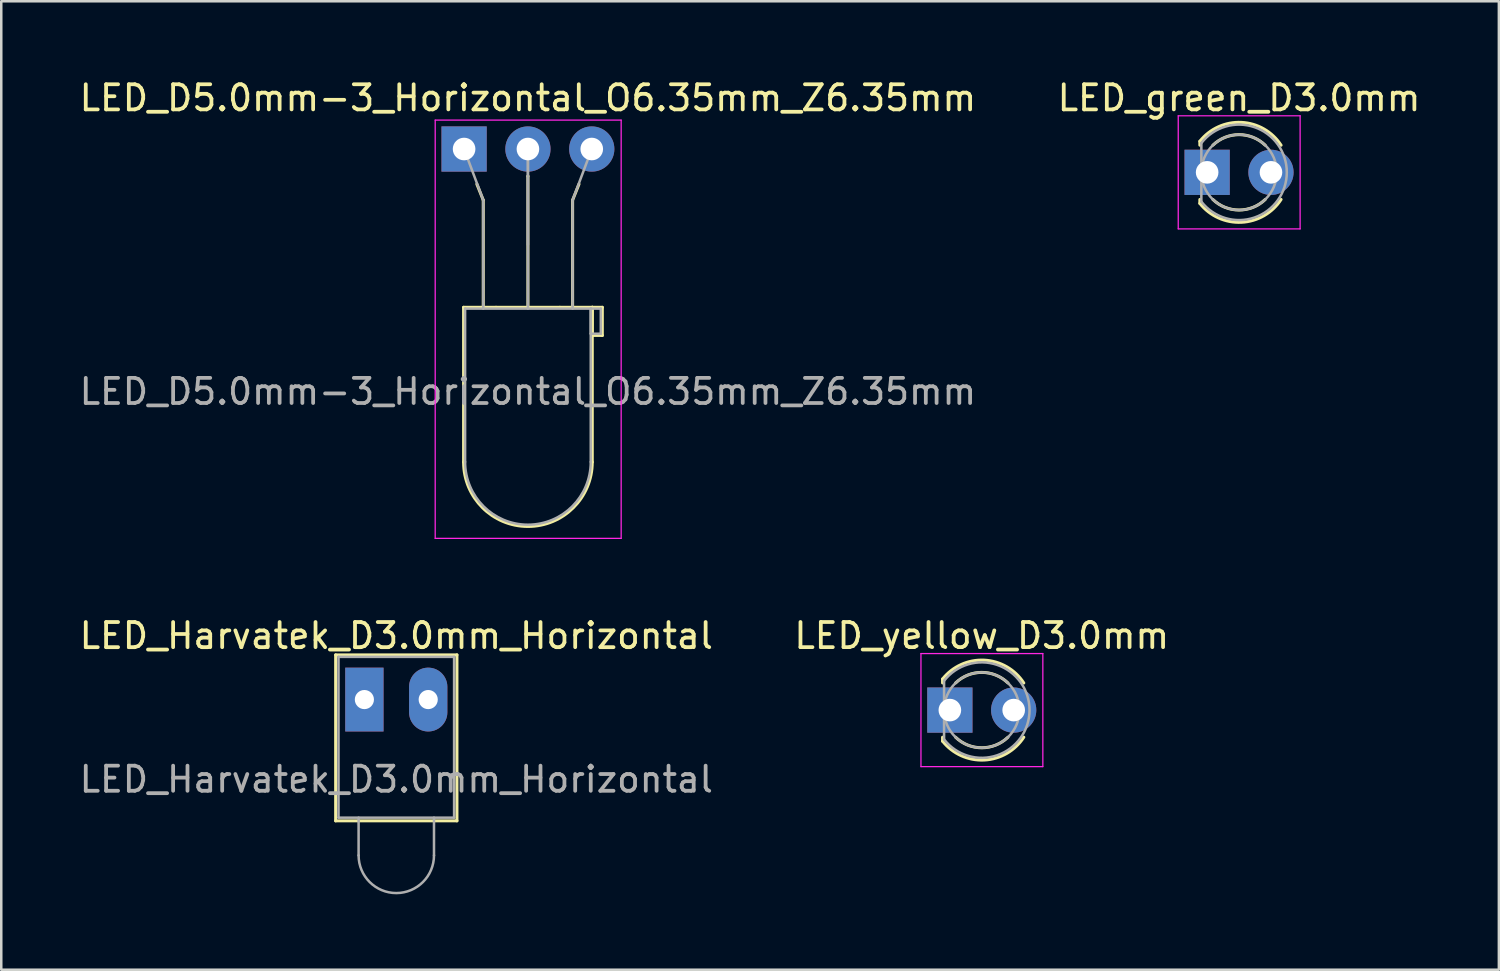
<source format=kicad_pcb>
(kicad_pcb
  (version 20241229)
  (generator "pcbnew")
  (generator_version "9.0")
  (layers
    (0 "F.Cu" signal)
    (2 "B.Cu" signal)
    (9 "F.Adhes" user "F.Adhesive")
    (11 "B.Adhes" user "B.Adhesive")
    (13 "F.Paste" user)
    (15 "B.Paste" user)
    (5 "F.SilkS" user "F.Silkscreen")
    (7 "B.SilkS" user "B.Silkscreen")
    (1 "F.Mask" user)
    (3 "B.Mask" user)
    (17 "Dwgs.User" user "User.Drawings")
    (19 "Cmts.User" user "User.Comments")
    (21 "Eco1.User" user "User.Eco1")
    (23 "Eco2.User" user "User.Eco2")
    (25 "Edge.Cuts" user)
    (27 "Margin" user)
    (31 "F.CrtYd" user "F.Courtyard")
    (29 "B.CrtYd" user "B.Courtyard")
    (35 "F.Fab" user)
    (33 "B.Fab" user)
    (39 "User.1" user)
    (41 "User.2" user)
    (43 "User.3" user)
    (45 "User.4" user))
  (footprint "LED_Harvatek_D3.0mm_Horizontal"
    (layer "F.Cu")
    (at 11.45 24.788)
    (property "Reference" "LED_Harvatek_D3.0mm_Horizontal" (at 1.27 -2.54 0) (unlocked yes) (layer "F.SilkS") (effects (font (size 1 1) (thickness 0.15))))
    (attr through_hole)
    (fp_line (start -1.143 -1.778) (end 3.683 -1.778) (stroke (width 0.12) (type solid)) (layer "F.SilkS"))
    (fp_line (start -1.143 4.826) (end -1.143 -1.778) (stroke (width 0.12) (type solid)) (layer "F.SilkS"))
    (fp_line (start 3.683 -1.778) (end 3.683 4.826) (stroke (width 0.12) (type solid)) (layer "F.SilkS"))
    (fp_line (start 3.683 4.826) (end -1.143 4.826) (stroke (width 0.12) (type solid)) (layer "F.SilkS"))
    (fp_line (start -1.03 -1.7) (end 3.57 -1.7) (stroke (width 0.1) (type solid)) (layer "F.Fab"))
    (fp_line (start -1.03 4.7) (end -1.03 -1.7) (stroke (width 0.1) (type solid)) (layer "F.Fab"))
    (fp_line (start -0.23 4.7) (end -0.23 6.2) (stroke (width 0.1) (type solid)) (layer "F.Fab"))
    (fp_line (start 2.77 4.7) (end 2.77 6.2) (stroke (width 0.1) (type solid)) (layer "F.Fab"))
    (fp_line (start 3.57 -1.7) (end 3.57 4.7) (stroke (width 0.1) (type solid)) (layer "F.Fab"))
    (fp_line (start 3.57 4.7) (end -1.03 4.7) (stroke (width 0.1) (type solid)) (layer "F.Fab"))
    (fp_arc (start 2.77 6.2) (mid 1.27 7.7) (end -0.23 6.2) (stroke (width 0.1) (type solid)) (layer "F.Fab"))
    (fp_text user "${REFERENCE}" (at 1.27 3.175 0) (layer "F.Fab") (effects (font (size 1 1) (thickness 0.15))))
    (pad "1" thru_hole rect (at 0 0) (size 1.524 2.54) (drill 0.762) (layers "*.Cu" "*.Mask"))
    (pad "2" thru_hole oval (at 2.54 0) (size 1.524 2.54) (drill 0.762) (layers "*.Cu" "*.Mask")))
  (footprint "LED_green_D3.0mm"
    (layer "F.Cu")
    (at 44.986 3.808)
    (property "Reference" "LED_green_D3.0mm" (at 1.27 -2.96 0) (layer "F.SilkS") (effects (font (size 1 1) (thickness 0.15))))
    (attr through_hole)
    (fp_line (start -0.29 -1.236) (end -0.29 -1.08) (stroke (width 0.12) (type solid)) (layer "F.SilkS"))
    (fp_line (start -0.29 1.08) (end -0.29 1.236) (stroke (width 0.12) (type solid)) (layer "F.SilkS"))
    (fp_arc (start -0.29 -1.235516) (mid 1.366487 -1.987659) (end 2.942335 -1.078608) (stroke (width 0.12) (type solid)) (layer "F.SilkS"))
    (fp_arc (start 0.229039 -1.08) (mid 1.270117 -1.5) (end 2.31113 -1.079837) (stroke (width 0.12) (type solid)) (layer "F.SilkS"))
    (fp_arc (start 2.31113 1.079837) (mid 1.270117 1.5) (end 0.229039 1.08) (stroke (width 0.12) (type solid)) (layer "F.SilkS"))
    (fp_arc (start 2.942335 1.078608) (mid 1.366487 1.987659) (end -0.29 1.235516) (stroke (width 0.12) (type solid)) (layer "F.SilkS"))
    (fp_line (start -1.15 -2.25) (end -1.15 2.25) (stroke (width 0.05) (type solid)) (layer "F.CrtYd"))
    (fp_line (start -1.15 2.25) (end 3.7 2.25) (stroke (width 0.05) (type solid)) (layer "F.CrtYd"))
    (fp_line (start 3.7 -2.25) (end -1.15 -2.25) (stroke (width 0.05) (type solid)) (layer "F.CrtYd"))
    (fp_line (start 3.7 2.25) (end 3.7 -2.25) (stroke (width 0.05) (type solid)) (layer "F.CrtYd"))
    (fp_line (start -0.23 -1.166) (end -0.23 1.166) (stroke (width 0.1) (type solid)) (layer "F.Fab"))
    (fp_arc (start -0.23 -1.16619) (mid 3.17 0.000452) (end -0.230555 1.165476) (stroke (width 0.1) (type solid)) (layer "F.Fab"))
    (fp_circle (center 1.27 0) (end 2.77 0) (stroke (width 0.1) (type solid)) (fill no) (layer "F.Fab"))
    (pad "1" thru_hole rect (at 0 0) (size 1.8 1.8) (drill 0.9) (layers "*.Cu" "*.Mask"))
    (pad "2" thru_hole circle (at 2.54 0) (size 1.8 1.8) (drill 0.9) (layers "*.Cu" "*.Mask")))
  (footprint "LED_yellow_D3.0mm"
    (layer "F.Cu")
    (at 34.748 25.207)
    (property "Reference" "LED_yellow_D3.0mm" (at 1.27 -2.96 0) (layer "F.SilkS") (effects (font (size 1 1) (thickness 0.15))))
    (attr through_hole)
    (fp_line (start -0.29 -1.236) (end -0.29 -1.08) (stroke (width 0.12) (type solid)) (layer "F.SilkS"))
    (fp_line (start -0.29 1.08) (end -0.29 1.236) (stroke (width 0.12) (type solid)) (layer "F.SilkS"))
    (fp_arc (start -0.29 -1.235516) (mid 1.366487 -1.987659) (end 2.942335 -1.078608) (stroke (width 0.12) (type solid)) (layer "F.SilkS"))
    (fp_arc (start 0.229039 -1.08) (mid 1.270117 -1.5) (end 2.31113 -1.079837) (stroke (width 0.12) (type solid)) (layer "F.SilkS"))
    (fp_arc (start 2.31113 1.079837) (mid 1.270117 1.5) (end 0.229039 1.08) (stroke (width 0.12) (type solid)) (layer "F.SilkS"))
    (fp_arc (start 2.942335 1.078608) (mid 1.366487 1.987659) (end -0.29 1.235516) (stroke (width 0.12) (type solid)) (layer "F.SilkS"))
    (fp_line (start -1.15 -2.25) (end -1.15 2.25) (stroke (width 0.05) (type solid)) (layer "F.CrtYd"))
    (fp_line (start -1.15 2.25) (end 3.7 2.25) (stroke (width 0.05) (type solid)) (layer "F.CrtYd"))
    (fp_line (start 3.7 -2.25) (end -1.15 -2.25) (stroke (width 0.05) (type solid)) (layer "F.CrtYd"))
    (fp_line (start 3.7 2.25) (end 3.7 -2.25) (stroke (width 0.05) (type solid)) (layer "F.CrtYd"))
    (fp_line (start -0.23 -1.166) (end -0.23 1.166) (stroke (width 0.1) (type solid)) (layer "F.Fab"))
    (fp_arc (start -0.23 -1.16619) (mid 3.17 0.000452) (end -0.230555 1.165476) (stroke (width 0.1) (type solid)) (layer "F.Fab"))
    (fp_circle (center 1.27 0) (end 2.77 0) (stroke (width 0.1) (type solid)) (fill no) (layer "F.Fab"))
    (pad "1" thru_hole rect (at 0 0) (size 1.8 1.8) (drill 0.9) (layers "*.Cu" "*.Mask"))
    (pad "2" thru_hole circle (at 2.54 0) (size 1.8 1.8) (drill 0.9) (layers "*.Cu" "*.Mask")))
  (footprint "LED_D5.0mm-3_Horizontal_O6.35mm_Z6.35mm"
    (layer "F.Cu")
    (at 15.418 2.88)
    (property "Reference" "LED_D5.0mm-3_Horizontal_O6.35mm_Z6.35mm" (at 2.54 -2.032 0) (layer "F.SilkS") (effects (font (size 1 1) (thickness 0.15))))
    (attr through_hole)
    (fp_line (start -0.02 6.299) (end -0.02 12.459) (stroke (width 0.12) (type solid)) (layer "F.SilkS"))
    (fp_line (start -0.02 6.299) (end 5.1 6.299) (stroke (width 0.12) (type solid)) (layer "F.SilkS"))
    (fp_line (start 0.762 2.032) (end 0.508 1.397) (stroke (width 0.12) (type solid)) (layer "F.SilkS"))
    (fp_line (start 0.762 2.032) (end 0.762 6.299) (stroke (width 0.12) (type solid)) (layer "F.SilkS"))
    (fp_line (start 1.27 6.299) (end 1.27 6.299) (stroke (width 0.12) (type solid)) (layer "F.SilkS"))
    (fp_line (start 2.54 1.08) (end 2.54 1.08) (stroke (width 0.12) (type solid)) (layer "F.SilkS"))
    (fp_line (start 2.54 1.08) (end 2.54 6.299) (stroke (width 0.12) (type solid)) (layer "F.SilkS"))
    (fp_line (start 3.81 6.299) (end 3.81 6.299) (stroke (width 0.12) (type solid)) (layer "F.SilkS"))
    (fp_line (start 4.318 2.032) (end 4.572 1.397) (stroke (width 0.12) (type solid)) (layer "F.SilkS"))
    (fp_line (start 4.318 6.299) (end 4.318 2.032) (stroke (width 0.12) (type solid)) (layer "F.SilkS"))
    (fp_line (start 5.1 6.299) (end 5.1 12.459) (stroke (width 0.12) (type solid)) (layer "F.SilkS"))
    (fp_line (start 5.1 6.299) (end 5.5 6.299) (stroke (width 0.12) (type solid)) (layer "F.SilkS"))
    (fp_line (start 5.1 7.419) (end 5.1 6.299) (stroke (width 0.12) (type solid)) (layer "F.SilkS"))
    (fp_line (start 5.5 6.299) (end 5.5 7.419) (stroke (width 0.12) (type solid)) (layer "F.SilkS"))
    (fp_line (start 5.5 7.419) (end 5.1 7.419) (stroke (width 0.12) (type solid)) (layer "F.SilkS"))
    (fp_arc (start 5.1 12.4592) (mid 2.54 15.0192) (end -0.02 12.4592) (stroke (width 0.12) (type solid)) (layer "F.SilkS"))
    (fp_line (start -1.15 -1.15) (end -1.15 15.494) (stroke (width 0.05) (type solid)) (layer "F.CrtYd"))
    (fp_line (start -1.15 15.494) (end 6.25 15.494) (stroke (width 0.05) (type solid)) (layer "F.CrtYd"))
    (fp_line (start 6.25 -1.15) (end -1.15 -1.15) (stroke (width 0.05) (type solid)) (layer "F.CrtYd"))
    (fp_line (start 6.25 15.494) (end 6.25 -1.15) (stroke (width 0.05) (type solid)) (layer "F.CrtYd"))
    (fp_line (start 0.04 6.35) (end 0.04 12.45) (stroke (width 0.1) (type solid)) (layer "F.Fab"))
    (fp_line (start 0.04 6.35) (end 5.04 6.35) (stroke (width 0.1) (type solid)) (layer "F.Fab"))
    (fp_line (start 0.762 2.032) (end 0 0) (stroke (width 0.1) (type solid)) (layer "F.Fab"))
    (fp_line (start 0.762 6.35) (end 0.762 2.032) (stroke (width 0.1) (type solid)) (layer "F.Fab"))
    (fp_line (start 2.54 0) (end 2.54 0) (stroke (width 0.1) (type solid)) (layer "F.Fab"))
    (fp_line (start 2.54 0) (end 2.54 6.35) (stroke (width 0.1) (type solid)) (layer "F.Fab"))
    (fp_line (start 2.54 3.81) (end 2.54 0) (stroke (width 0.1) (type solid)) (layer "F.Fab"))
    (fp_line (start 4.318 2.032) (end 4.318 6.35) (stroke (width 0.1) (type solid)) (layer "F.Fab"))
    (fp_line (start 4.318 2.032) (end 5.08 0) (stroke (width 0.1) (type solid)) (layer "F.Fab"))
    (fp_line (start 5.04 6.35) (end 5.04 12.45) (stroke (width 0.1) (type solid)) (layer "F.Fab"))
    (fp_line (start 5.04 6.35) (end 5.44 6.35) (stroke (width 0.1) (type solid)) (layer "F.Fab"))
    (fp_line (start 5.04 7.35) (end 5.04 6.35) (stroke (width 0.1) (type solid)) (layer "F.Fab"))
    (fp_line (start 5.08 0) (end 5.08 0) (stroke (width 0.1) (type solid)) (layer "F.Fab"))
    (fp_line (start 5.44 6.35) (end 5.44 7.35) (stroke (width 0.1) (type solid)) (layer "F.Fab"))
    (fp_line (start 5.44 7.35) (end 5.04 7.35) (stroke (width 0.1) (type solid)) (layer "F.Fab"))
    (fp_arc (start 5.04 12.45) (mid 2.54 14.95) (end 0.04 12.45) (stroke (width 0.1) (type solid)) (layer "F.Fab"))
    (fp_text user "${REFERENCE}" (at 2.54 9.652 0) (layer "F.Fab") (effects (font (size 1 1) (thickness 0.15))))
    (pad "1" thru_hole rect (at 0 0) (size 1.8 1.8) (drill 0.9) (layers "*.Cu" "*.Mask"))
    (pad "2" thru_hole circle (at 2.54 0) (size 1.8 1.8) (drill 0.9) (layers "*.Cu" "*.Mask"))
    (pad "3" thru_hole circle (at 5.08 0) (size 1.8 1.8) (drill 0.9) (layers "*.Cu" "*.Mask")))
  (gr_rect
    (start -3 -3)
    (end 56.595 35.538)
    (stroke (width 0.1) (type default))
    (fill no)
    (layer "Edge.Cuts")))
</source>
